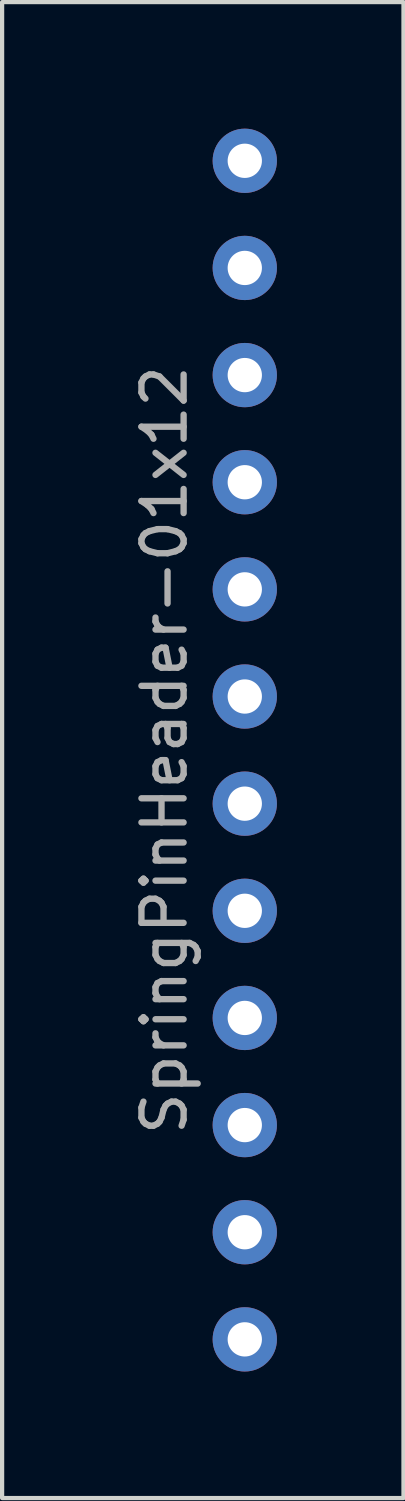
<source format=kicad_pcb>
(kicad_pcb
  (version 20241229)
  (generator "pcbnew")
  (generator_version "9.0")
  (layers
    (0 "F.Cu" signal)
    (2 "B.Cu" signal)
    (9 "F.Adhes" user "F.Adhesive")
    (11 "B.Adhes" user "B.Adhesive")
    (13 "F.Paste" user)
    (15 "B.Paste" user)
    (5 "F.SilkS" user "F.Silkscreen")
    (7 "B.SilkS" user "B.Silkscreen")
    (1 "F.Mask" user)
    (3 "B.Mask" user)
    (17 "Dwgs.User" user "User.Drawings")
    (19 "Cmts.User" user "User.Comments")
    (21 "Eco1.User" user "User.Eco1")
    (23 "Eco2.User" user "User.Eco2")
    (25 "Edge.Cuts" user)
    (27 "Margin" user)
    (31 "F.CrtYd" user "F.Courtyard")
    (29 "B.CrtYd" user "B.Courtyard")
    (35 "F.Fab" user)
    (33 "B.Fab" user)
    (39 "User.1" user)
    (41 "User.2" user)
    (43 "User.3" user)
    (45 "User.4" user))
  (footprint "SpringPinHeader-01x12"
    (layer "F.Cu")
    (at 2.753 14.732)
    (property "Reference" "SpringPinHeader-01x12" (at -1.905 0 90) (layer "F.Fab") (effects (font (size 1 1) (thickness 0.15))))
    (attr through_hole)
    (pad "1" thru_hole circle (at 0 -13.97) (size 1.524 1.524) (drill 0.813) (layers "*.Cu" "*.Mask"))
    (pad "2" thru_hole circle (at 0 -11.43) (size 1.524 1.524) (drill 0.813) (layers "*.Cu" "*.Mask"))
    (pad "3" thru_hole circle (at 0 -8.89) (size 1.524 1.524) (drill 0.813) (layers "*.Cu" "*.Mask"))
    (pad "4" thru_hole circle (at 0 -6.35) (size 1.524 1.524) (drill 0.813) (layers "*.Cu" "*.Mask"))
    (pad "5" thru_hole circle (at 0 -3.81) (size 1.524 1.524) (drill 0.813) (layers "*.Cu" "*.Mask"))
    (pad "6" thru_hole circle (at 0 -1.27) (size 1.524 1.524) (drill 0.813) (layers "*.Cu" "*.Mask"))
    (pad "7" thru_hole circle (at 0 1.27) (size 1.524 1.524) (drill 0.813) (layers "*.Cu" "*.Mask"))
    (pad "8" thru_hole circle (at 0 3.81) (size 1.524 1.524) (drill 0.813) (layers "*.Cu" "*.Mask"))
    (pad "9" thru_hole circle (at 0 6.35) (size 1.524 1.524) (drill 0.813) (layers "*.Cu" "*.Mask"))
    (pad "10" thru_hole circle (at 0 8.89) (size 1.524 1.524) (drill 0.813) (layers "*.Cu" "*.Mask"))
    (pad "11" thru_hole circle (at 0 11.43) (size 1.524 1.524) (drill 0.813) (layers "*.Cu" "*.Mask"))
    (pad "12" thru_hole circle (at 0 13.97) (size 1.524 1.524) (drill 0.813) (layers "*.Cu" "*.Mask")))
  (gr_rect
    (start -3 -3)
    (end 6.515 32.464)
    (stroke (width 0.1) (type default))
    (fill no)
    (layer "Edge.Cuts")))
</source>
